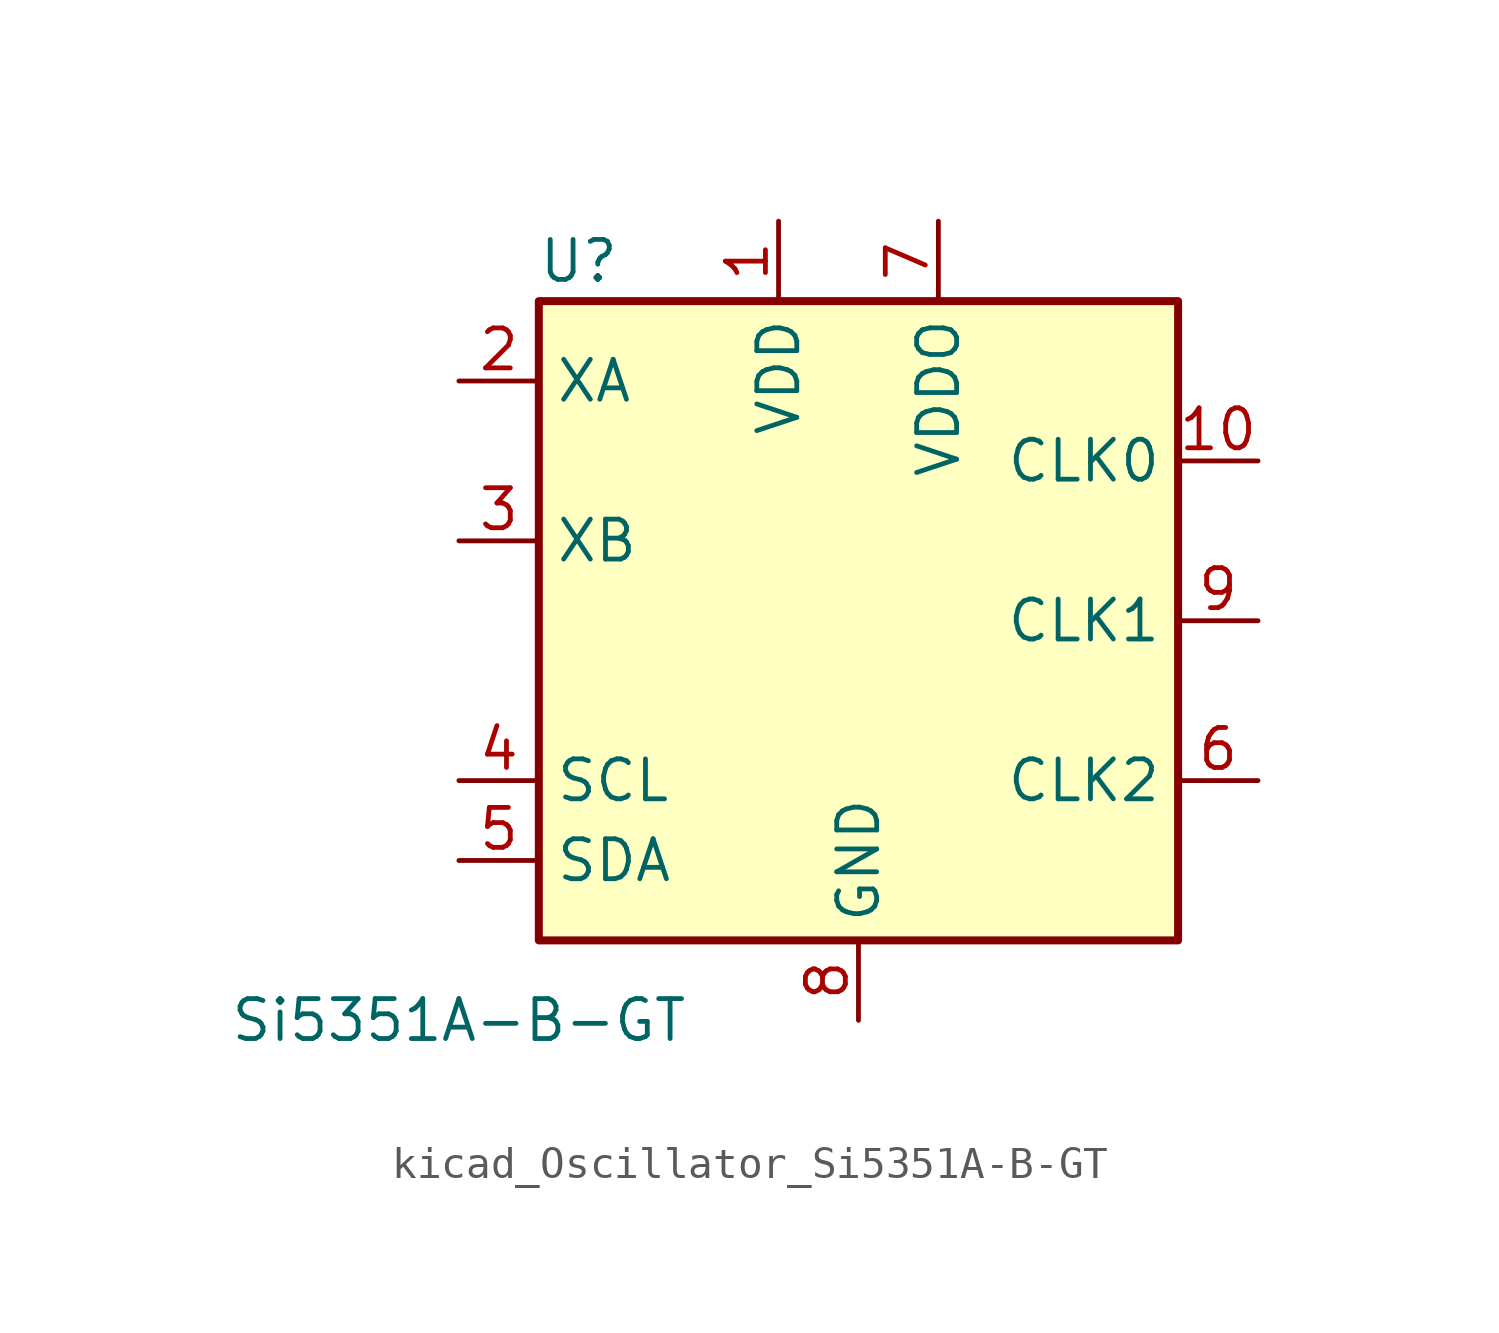
<source format=kicad_sym>
(kicad_symbol_lib
  (version 20220914)
  (generator kicad_symbol_editor)
  (symbol "kicad_Oscillator_Si5351A-B-GT"
    (property "Reference" "U"
      (at -8.89 11.43 0)
      (effects (font (size 1.27 1.27))))
    (property "Value" "Si5351A-B-GT"
      (at -12.7 -12.7 0)
      (effects (font (size 1.27 1.27))))
    (symbol "kicad_Oscillator_Si5351A-B-GT_0_1"
      (rectangle (start -10.16 10.16) (end 10.16 -10.16) (stroke (width 0.254) (type default)) (fill (type background))))
    (symbol "kicad_Oscillator_Si5351A-B-GT_1_1"
      (pin power_in line (at -2.54 12.7 270) (length 2.54) (name "VDD" (effects (font (size 1.27 1.27)))) (number "1" (effects (font (size 1.27 1.27)))))
      (pin output line (at 12.7 5.08 180) (length 2.54) (name "CLK0" (effects (font (size 1.27 1.27)))) (number "10" (effects (font (size 1.27 1.27)))))
      (pin input line (at -12.7 7.62 0) (length 2.54) (name "XA" (effects (font (size 1.27 1.27)))) (number "2" (effects (font (size 1.27 1.27)))))
      (pin input line (at -12.7 2.54 0) (length 2.54) (name "XB" (effects (font (size 1.27 1.27)))) (number "3" (effects (font (size 1.27 1.27)))))
      (pin input line (at -12.7 -5.08 0) (length 2.54) (name "SCL" (effects (font (size 1.27 1.27)))) (number "4" (effects (font (size 1.27 1.27)))))
      (pin bidirectional line (at -12.7 -7.62 0) (length 2.54) (name "SDA" (effects (font (size 1.27 1.27)))) (number "5" (effects (font (size 1.27 1.27)))))
      (pin output line (at 12.7 -5.08 180) (length 2.54) (name "CLK2" (effects (font (size 1.27 1.27)))) (number "6" (effects (font (size 1.27 1.27)))))
      (pin power_in line (at 2.54 12.7 270) (length 2.54) (name "VDDO" (effects (font (size 1.27 1.27)))) (number "7" (effects (font (size 1.27 1.27)))))
      (pin power_in line (at 0 -12.7 90) (length 2.54) (name "GND" (effects (font (size 1.27 1.27)))) (number "8" (effects (font (size 1.27 1.27)))))
      (pin output line (at 12.7 0 180) (length 2.54) (name "CLK1" (effects (font (size 1.27 1.27)))) (number "9" (effects (font (size 1.27 1.27))))))))
</source>
